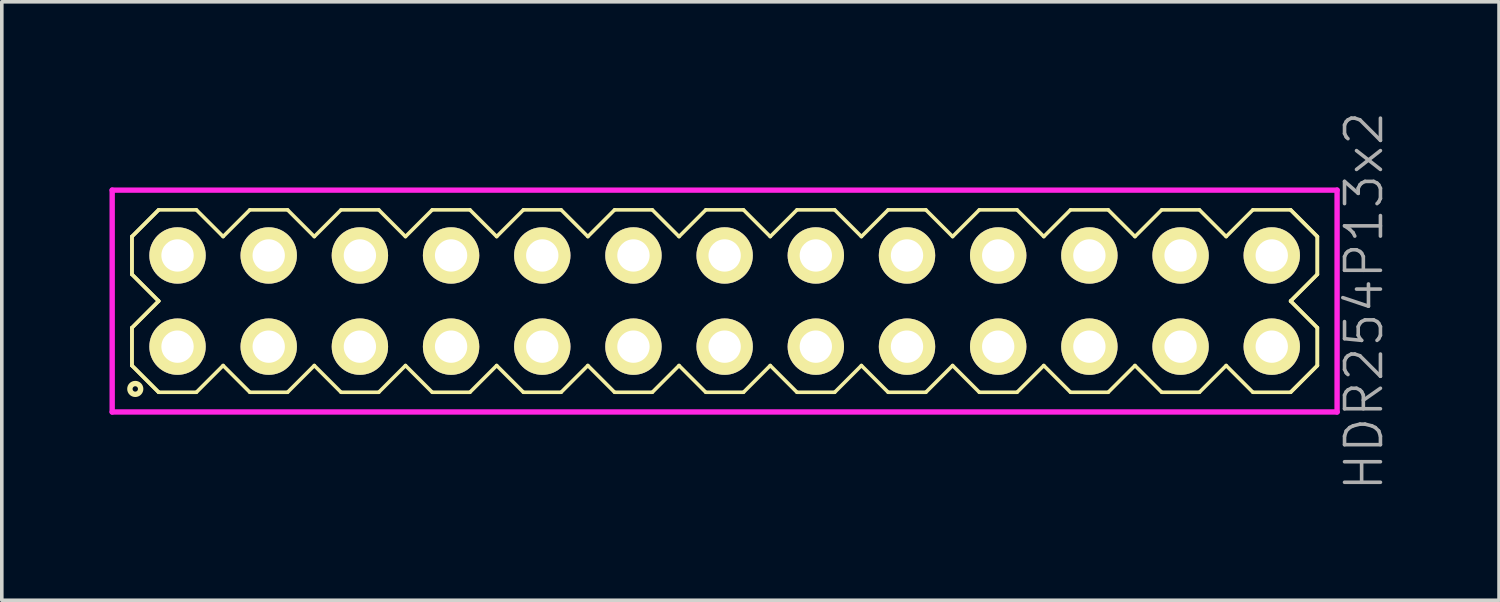
<source format=kicad_pcb>
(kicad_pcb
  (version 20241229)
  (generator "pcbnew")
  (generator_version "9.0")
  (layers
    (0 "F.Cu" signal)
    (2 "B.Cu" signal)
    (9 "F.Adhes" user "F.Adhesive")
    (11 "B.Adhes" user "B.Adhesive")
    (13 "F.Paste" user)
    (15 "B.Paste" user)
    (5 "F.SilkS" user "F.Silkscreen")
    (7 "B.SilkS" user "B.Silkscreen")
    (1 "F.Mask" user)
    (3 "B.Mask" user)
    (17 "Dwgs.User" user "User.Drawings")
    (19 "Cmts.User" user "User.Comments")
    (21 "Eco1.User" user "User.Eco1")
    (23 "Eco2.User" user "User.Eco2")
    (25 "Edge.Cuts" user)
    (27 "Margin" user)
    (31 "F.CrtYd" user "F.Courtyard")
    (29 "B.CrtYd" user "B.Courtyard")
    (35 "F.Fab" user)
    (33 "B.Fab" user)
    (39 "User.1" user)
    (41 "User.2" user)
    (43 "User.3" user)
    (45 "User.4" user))
  (footprint "HDR254P13x2"
    (layer "F.Cu")
    (at 17.135 5.336)
    (property "Reference" "HDR254P13x2" (at 17.81 0 90) (layer "F.Fab") (effects (font (size 1 1) (thickness 0.1))))
    (attr through_hole)
    (fp_line (start -16.51 -1.796) (end -15.766 -2.54) (stroke (width 0.1) (type solid)) (layer "F.SilkS"))
    (fp_line (start -16.51 -1.796) (end -15.766 -2.54) (stroke (width 0.1) (type solid)) (layer "F.SilkS"))
    (fp_line (start -16.51 -0.744) (end -16.51 -1.796) (stroke (width 0.1) (type solid)) (layer "F.SilkS"))
    (fp_line (start -16.51 -0.744) (end -16.51 -1.796) (stroke (width 0.1) (type solid)) (layer "F.SilkS"))
    (fp_line (start -16.51 0.744) (end -15.766 0) (stroke (width 0.1) (type solid)) (layer "F.SilkS"))
    (fp_line (start -16.51 0.744) (end -15.766 0) (stroke (width 0.1) (type solid)) (layer "F.SilkS"))
    (fp_line (start -16.51 1.796) (end -16.51 0.744) (stroke (width 0.1) (type solid)) (layer "F.SilkS"))
    (fp_line (start -16.51 1.796) (end -16.51 0.744) (stroke (width 0.1) (type solid)) (layer "F.SilkS"))
    (fp_line (start -15.766 -2.54) (end -14.714 -2.54) (stroke (width 0.1) (type solid)) (layer "F.SilkS"))
    (fp_line (start -15.766 0) (end -16.51 -0.744) (stroke (width 0.1) (type solid)) (layer "F.SilkS"))
    (fp_line (start -15.766 0) (end -16.51 -0.744) (stroke (width 0.1) (type solid)) (layer "F.SilkS"))
    (fp_line (start -15.766 2.54) (end -16.51 1.796) (stroke (width 0.1) (type solid)) (layer "F.SilkS"))
    (fp_line (start -15.766 2.54) (end -16.51 1.796) (stroke (width 0.1) (type solid)) (layer "F.SilkS"))
    (fp_line (start -14.714 -2.54) (end -13.97 -1.796) (stroke (width 0.1) (type solid)) (layer "F.SilkS"))
    (fp_line (start -14.714 2.54) (end -15.766 2.54) (stroke (width 0.1) (type solid)) (layer "F.SilkS"))
    (fp_line (start -13.97 -1.796) (end -13.226 -2.54) (stroke (width 0.1) (type solid)) (layer "F.SilkS"))
    (fp_line (start -13.97 1.796) (end -14.714 2.54) (stroke (width 0.1) (type solid)) (layer "F.SilkS"))
    (fp_line (start -13.226 -2.54) (end -12.174 -2.54) (stroke (width 0.1) (type solid)) (layer "F.SilkS"))
    (fp_line (start -13.226 2.54) (end -13.97 1.796) (stroke (width 0.1) (type solid)) (layer "F.SilkS"))
    (fp_line (start -12.174 -2.54) (end -11.43 -1.796) (stroke (width 0.1) (type solid)) (layer "F.SilkS"))
    (fp_line (start -12.174 2.54) (end -13.226 2.54) (stroke (width 0.1) (type solid)) (layer "F.SilkS"))
    (fp_line (start -11.43 -1.796) (end -10.686 -2.54) (stroke (width 0.1) (type solid)) (layer "F.SilkS"))
    (fp_line (start -11.43 1.796) (end -12.174 2.54) (stroke (width 0.1) (type solid)) (layer "F.SilkS"))
    (fp_line (start -10.686 -2.54) (end -9.634 -2.54) (stroke (width 0.1) (type solid)) (layer "F.SilkS"))
    (fp_line (start -10.686 2.54) (end -11.43 1.796) (stroke (width 0.1) (type solid)) (layer "F.SilkS"))
    (fp_line (start -9.634 -2.54) (end -8.89 -1.796) (stroke (width 0.1) (type solid)) (layer "F.SilkS"))
    (fp_line (start -9.634 2.54) (end -10.686 2.54) (stroke (width 0.1) (type solid)) (layer "F.SilkS"))
    (fp_line (start -8.89 -1.796) (end -8.146 -2.54) (stroke (width 0.1) (type solid)) (layer "F.SilkS"))
    (fp_line (start -8.89 1.796) (end -9.634 2.54) (stroke (width 0.1) (type solid)) (layer "F.SilkS"))
    (fp_line (start -8.146 -2.54) (end -7.094 -2.54) (stroke (width 0.1) (type solid)) (layer "F.SilkS"))
    (fp_line (start -8.146 2.54) (end -8.89 1.796) (stroke (width 0.1) (type solid)) (layer "F.SilkS"))
    (fp_line (start -7.094 -2.54) (end -6.35 -1.796) (stroke (width 0.1) (type solid)) (layer "F.SilkS"))
    (fp_line (start -7.094 2.54) (end -8.146 2.54) (stroke (width 0.1) (type solid)) (layer "F.SilkS"))
    (fp_line (start -6.35 -1.796) (end -5.606 -2.54) (stroke (width 0.1) (type solid)) (layer "F.SilkS"))
    (fp_line (start -6.35 1.796) (end -7.094 2.54) (stroke (width 0.1) (type solid)) (layer "F.SilkS"))
    (fp_line (start -5.606 -2.54) (end -4.554 -2.54) (stroke (width 0.1) (type solid)) (layer "F.SilkS"))
    (fp_line (start -5.606 2.54) (end -6.35 1.796) (stroke (width 0.1) (type solid)) (layer "F.SilkS"))
    (fp_line (start -4.554 -2.54) (end -3.81 -1.796) (stroke (width 0.1) (type solid)) (layer "F.SilkS"))
    (fp_line (start -4.554 2.54) (end -5.606 2.54) (stroke (width 0.1) (type solid)) (layer "F.SilkS"))
    (fp_line (start -3.81 -1.796) (end -3.066 -2.54) (stroke (width 0.1) (type solid)) (layer "F.SilkS"))
    (fp_line (start -3.81 1.796) (end -4.554 2.54) (stroke (width 0.1) (type solid)) (layer "F.SilkS"))
    (fp_line (start -3.066 -2.54) (end -2.014 -2.54) (stroke (width 0.1) (type solid)) (layer "F.SilkS"))
    (fp_line (start -3.066 2.54) (end -3.81 1.796) (stroke (width 0.1) (type solid)) (layer "F.SilkS"))
    (fp_line (start -2.014 -2.54) (end -1.27 -1.796) (stroke (width 0.1) (type solid)) (layer "F.SilkS"))
    (fp_line (start -2.014 2.54) (end -3.066 2.54) (stroke (width 0.1) (type solid)) (layer "F.SilkS"))
    (fp_line (start -1.27 -1.796) (end -0.526 -2.54) (stroke (width 0.1) (type solid)) (layer "F.SilkS"))
    (fp_line (start -1.27 1.796) (end -2.014 2.54) (stroke (width 0.1) (type solid)) (layer "F.SilkS"))
    (fp_line (start -0.526 -2.54) (end 0.526 -2.54) (stroke (width 0.1) (type solid)) (layer "F.SilkS"))
    (fp_line (start -0.526 2.54) (end -1.27 1.796) (stroke (width 0.1) (type solid)) (layer "F.SilkS"))
    (fp_line (start 0.526 -2.54) (end 1.27 -1.796) (stroke (width 0.1) (type solid)) (layer "F.SilkS"))
    (fp_line (start 0.526 2.54) (end -0.526 2.54) (stroke (width 0.1) (type solid)) (layer "F.SilkS"))
    (fp_line (start 1.27 -1.796) (end 2.014 -2.54) (stroke (width 0.1) (type solid)) (layer "F.SilkS"))
    (fp_line (start 1.27 1.796) (end 0.526 2.54) (stroke (width 0.1) (type solid)) (layer "F.SilkS"))
    (fp_line (start 2.014 -2.54) (end 3.066 -2.54) (stroke (width 0.1) (type solid)) (layer "F.SilkS"))
    (fp_line (start 2.014 2.54) (end 1.27 1.796) (stroke (width 0.1) (type solid)) (layer "F.SilkS"))
    (fp_line (start 3.066 -2.54) (end 3.81 -1.796) (stroke (width 0.1) (type solid)) (layer "F.SilkS"))
    (fp_line (start 3.066 2.54) (end 2.014 2.54) (stroke (width 0.1) (type solid)) (layer "F.SilkS"))
    (fp_line (start 3.81 -1.796) (end 4.554 -2.54) (stroke (width 0.1) (type solid)) (layer "F.SilkS"))
    (fp_line (start 3.81 1.796) (end 3.066 2.54) (stroke (width 0.1) (type solid)) (layer "F.SilkS"))
    (fp_line (start 4.554 -2.54) (end 5.606 -2.54) (stroke (width 0.1) (type solid)) (layer "F.SilkS"))
    (fp_line (start 4.554 2.54) (end 3.81 1.796) (stroke (width 0.1) (type solid)) (layer "F.SilkS"))
    (fp_line (start 5.606 -2.54) (end 6.35 -1.796) (stroke (width 0.1) (type solid)) (layer "F.SilkS"))
    (fp_line (start 5.606 2.54) (end 4.554 2.54) (stroke (width 0.1) (type solid)) (layer "F.SilkS"))
    (fp_line (start 6.35 -1.796) (end 7.094 -2.54) (stroke (width 0.1) (type solid)) (layer "F.SilkS"))
    (fp_line (start 6.35 1.796) (end 5.606 2.54) (stroke (width 0.1) (type solid)) (layer "F.SilkS"))
    (fp_line (start 7.094 -2.54) (end 8.146 -2.54) (stroke (width 0.1) (type solid)) (layer "F.SilkS"))
    (fp_line (start 7.094 2.54) (end 6.35 1.796) (stroke (width 0.1) (type solid)) (layer "F.SilkS"))
    (fp_line (start 8.146 -2.54) (end 8.89 -1.796) (stroke (width 0.1) (type solid)) (layer "F.SilkS"))
    (fp_line (start 8.146 2.54) (end 7.094 2.54) (stroke (width 0.1) (type solid)) (layer "F.SilkS"))
    (fp_line (start 8.89 -1.796) (end 9.634 -2.54) (stroke (width 0.1) (type solid)) (layer "F.SilkS"))
    (fp_line (start 8.89 1.796) (end 8.146 2.54) (stroke (width 0.1) (type solid)) (layer "F.SilkS"))
    (fp_line (start 9.634 -2.54) (end 10.686 -2.54) (stroke (width 0.1) (type solid)) (layer "F.SilkS"))
    (fp_line (start 9.634 2.54) (end 8.89 1.796) (stroke (width 0.1) (type solid)) (layer "F.SilkS"))
    (fp_line (start 10.686 -2.54) (end 11.43 -1.796) (stroke (width 0.1) (type solid)) (layer "F.SilkS"))
    (fp_line (start 10.686 2.54) (end 9.634 2.54) (stroke (width 0.1) (type solid)) (layer "F.SilkS"))
    (fp_line (start 11.43 -1.796) (end 12.174 -2.54) (stroke (width 0.1) (type solid)) (layer "F.SilkS"))
    (fp_line (start 11.43 1.796) (end 10.686 2.54) (stroke (width 0.1) (type solid)) (layer "F.SilkS"))
    (fp_line (start 12.174 -2.54) (end 13.226 -2.54) (stroke (width 0.1) (type solid)) (layer "F.SilkS"))
    (fp_line (start 12.174 2.54) (end 11.43 1.796) (stroke (width 0.1) (type solid)) (layer "F.SilkS"))
    (fp_line (start 13.226 -2.54) (end 13.97 -1.796) (stroke (width 0.1) (type solid)) (layer "F.SilkS"))
    (fp_line (start 13.226 2.54) (end 12.174 2.54) (stroke (width 0.1) (type solid)) (layer "F.SilkS"))
    (fp_line (start 13.97 -1.796) (end 14.714 -2.54) (stroke (width 0.1) (type solid)) (layer "F.SilkS"))
    (fp_line (start 13.97 1.796) (end 13.226 2.54) (stroke (width 0.1) (type solid)) (layer "F.SilkS"))
    (fp_line (start 14.714 -2.54) (end 15.766 -2.54) (stroke (width 0.1) (type solid)) (layer "F.SilkS"))
    (fp_line (start 14.714 2.54) (end 13.97 1.796) (stroke (width 0.1) (type solid)) (layer "F.SilkS"))
    (fp_line (start 15.766 -2.54) (end 16.51 -1.796) (stroke (width 0.1) (type solid)) (layer "F.SilkS"))
    (fp_line (start 15.766 -2.54) (end 16.51 -1.796) (stroke (width 0.1) (type solid)) (layer "F.SilkS"))
    (fp_line (start 15.766 0) (end 16.51 0.744) (stroke (width 0.1) (type solid)) (layer "F.SilkS"))
    (fp_line (start 15.766 0) (end 16.51 0.744) (stroke (width 0.1) (type solid)) (layer "F.SilkS"))
    (fp_line (start 15.766 2.54) (end 14.714 2.54) (stroke (width 0.1) (type solid)) (layer "F.SilkS"))
    (fp_line (start 16.51 -1.796) (end 16.51 -0.744) (stroke (width 0.1) (type solid)) (layer "F.SilkS"))
    (fp_line (start 16.51 -1.796) (end 16.51 -0.744) (stroke (width 0.1) (type solid)) (layer "F.SilkS"))
    (fp_line (start 16.51 -0.744) (end 15.766 0) (stroke (width 0.1) (type solid)) (layer "F.SilkS"))
    (fp_line (start 16.51 -0.744) (end 15.766 0) (stroke (width 0.1) (type solid)) (layer "F.SilkS"))
    (fp_line (start 16.51 0.744) (end 16.51 1.796) (stroke (width 0.1) (type solid)) (layer "F.SilkS"))
    (fp_line (start 16.51 0.744) (end 16.51 1.796) (stroke (width 0.1) (type solid)) (layer "F.SilkS"))
    (fp_line (start 16.51 1.796) (end 15.766 2.54) (stroke (width 0.1) (type solid)) (layer "F.SilkS"))
    (fp_line (start 16.51 1.796) (end 15.766 2.54) (stroke (width 0.1) (type solid)) (layer "F.SilkS"))
    (fp_circle (center -16.417 2.448) (end -16.267 2.448) (stroke (width 0.15) (type solid)) (fill no) (layer "F.SilkS"))
    (fp_line (start -17.06 -3.09) (end -17.06 3.09) (stroke (width 0.15) (type solid)) (layer "F.CrtYd"))
    (fp_line (start -17.06 3.09) (end 17.06 3.09) (stroke (width 0.15) (type solid)) (layer "F.CrtYd"))
    (fp_line (start 17.06 -3.09) (end -17.06 -3.09) (stroke (width 0.15) (type solid)) (layer "F.CrtYd"))
    (fp_line (start 17.06 3.09) (end 17.06 -3.09) (stroke (width 0.15) (type solid)) (layer "F.CrtYd"))
    (pad "1" thru_hole oval (at -15.24 1.27) (size 1.57 1.57) (drill 0.9) (layers "*.Cu" "*.Mask" "F.SilkS"))
    (pad "2" thru_hole oval (at -15.24 -1.27) (size 1.57 1.57) (drill 0.9) (layers "*.Cu" "*.Mask" "F.SilkS"))
    (pad "3" thru_hole oval (at -12.7 1.27) (size 1.57 1.57) (drill 0.9) (layers "*.Cu" "*.Mask" "F.SilkS"))
    (pad "4" thru_hole oval (at -12.7 -1.27) (size 1.57 1.57) (drill 0.9) (layers "*.Cu" "*.Mask" "F.SilkS"))
    (pad "5" thru_hole oval (at -10.16 1.27) (size 1.57 1.57) (drill 0.9) (layers "*.Cu" "*.Mask" "F.SilkS"))
    (pad "6" thru_hole oval (at -10.16 -1.27) (size 1.57 1.57) (drill 0.9) (layers "*.Cu" "*.Mask" "F.SilkS"))
    (pad "7" thru_hole oval (at -7.62 1.27) (size 1.57 1.57) (drill 0.9) (layers "*.Cu" "*.Mask" "F.SilkS"))
    (pad "8" thru_hole oval (at -7.62 -1.27) (size 1.57 1.57) (drill 0.9) (layers "*.Cu" "*.Mask" "F.SilkS"))
    (pad "9" thru_hole oval (at -5.08 1.27) (size 1.57 1.57) (drill 0.9) (layers "*.Cu" "*.Mask" "F.SilkS"))
    (pad "10" thru_hole oval (at -5.08 -1.27) (size 1.57 1.57) (drill 0.9) (layers "*.Cu" "*.Mask" "F.SilkS"))
    (pad "11" thru_hole oval (at -2.54 1.27) (size 1.57 1.57) (drill 0.9) (layers "*.Cu" "*.Mask" "F.SilkS"))
    (pad "12" thru_hole oval (at -2.54 -1.27) (size 1.57 1.57) (drill 0.9) (layers "*.Cu" "*.Mask" "F.SilkS"))
    (pad "13" thru_hole oval (at 0 1.27) (size 1.57 1.57) (drill 0.9) (layers "*.Cu" "*.Mask" "F.SilkS"))
    (pad "14" thru_hole oval (at 0 -1.27) (size 1.57 1.57) (drill 0.9) (layers "*.Cu" "*.Mask" "F.SilkS"))
    (pad "15" thru_hole oval (at 2.54 1.27) (size 1.57 1.57) (drill 0.9) (layers "*.Cu" "*.Mask" "F.SilkS"))
    (pad "16" thru_hole oval (at 2.54 -1.27) (size 1.57 1.57) (drill 0.9) (layers "*.Cu" "*.Mask" "F.SilkS"))
    (pad "17" thru_hole oval (at 5.08 1.27) (size 1.57 1.57) (drill 0.9) (layers "*.Cu" "*.Mask" "F.SilkS"))
    (pad "18" thru_hole oval (at 5.08 -1.27) (size 1.57 1.57) (drill 0.9) (layers "*.Cu" "*.Mask" "F.SilkS"))
    (pad "19" thru_hole oval (at 7.62 1.27) (size 1.57 1.57) (drill 0.9) (layers "*.Cu" "*.Mask" "F.SilkS"))
    (pad "20" thru_hole oval (at 7.62 -1.27) (size 1.57 1.57) (drill 0.9) (layers "*.Cu" "*.Mask" "F.SilkS"))
    (pad "21" thru_hole oval (at 10.16 1.27) (size 1.57 1.57) (drill 0.9) (layers "*.Cu" "*.Mask" "F.SilkS"))
    (pad "22" thru_hole oval (at 10.16 -1.27) (size 1.57 1.57) (drill 0.9) (layers "*.Cu" "*.Mask" "F.SilkS"))
    (pad "23" thru_hole oval (at 12.7 1.27) (size 1.57 1.57) (drill 0.9) (layers "*.Cu" "*.Mask" "F.SilkS"))
    (pad "24" thru_hole oval (at 12.7 -1.27) (size 1.57 1.57) (drill 0.9) (layers "*.Cu" "*.Mask" "F.SilkS"))
    (pad "25" thru_hole oval (at 15.24 1.27) (size 1.57 1.57) (drill 0.9) (layers "*.Cu" "*.Mask" "F.SilkS"))
    (pad "26" thru_hole oval (at 15.24 -1.27) (size 1.57 1.57) (drill 0.9) (layers "*.Cu" "*.Mask" "F.SilkS")))
  (gr_rect
    (start -3 -3)
    (end 38.706 13.671)
    (stroke (width 0.1) (type default))
    (fill no)
    (layer "Edge.Cuts")))
</source>
